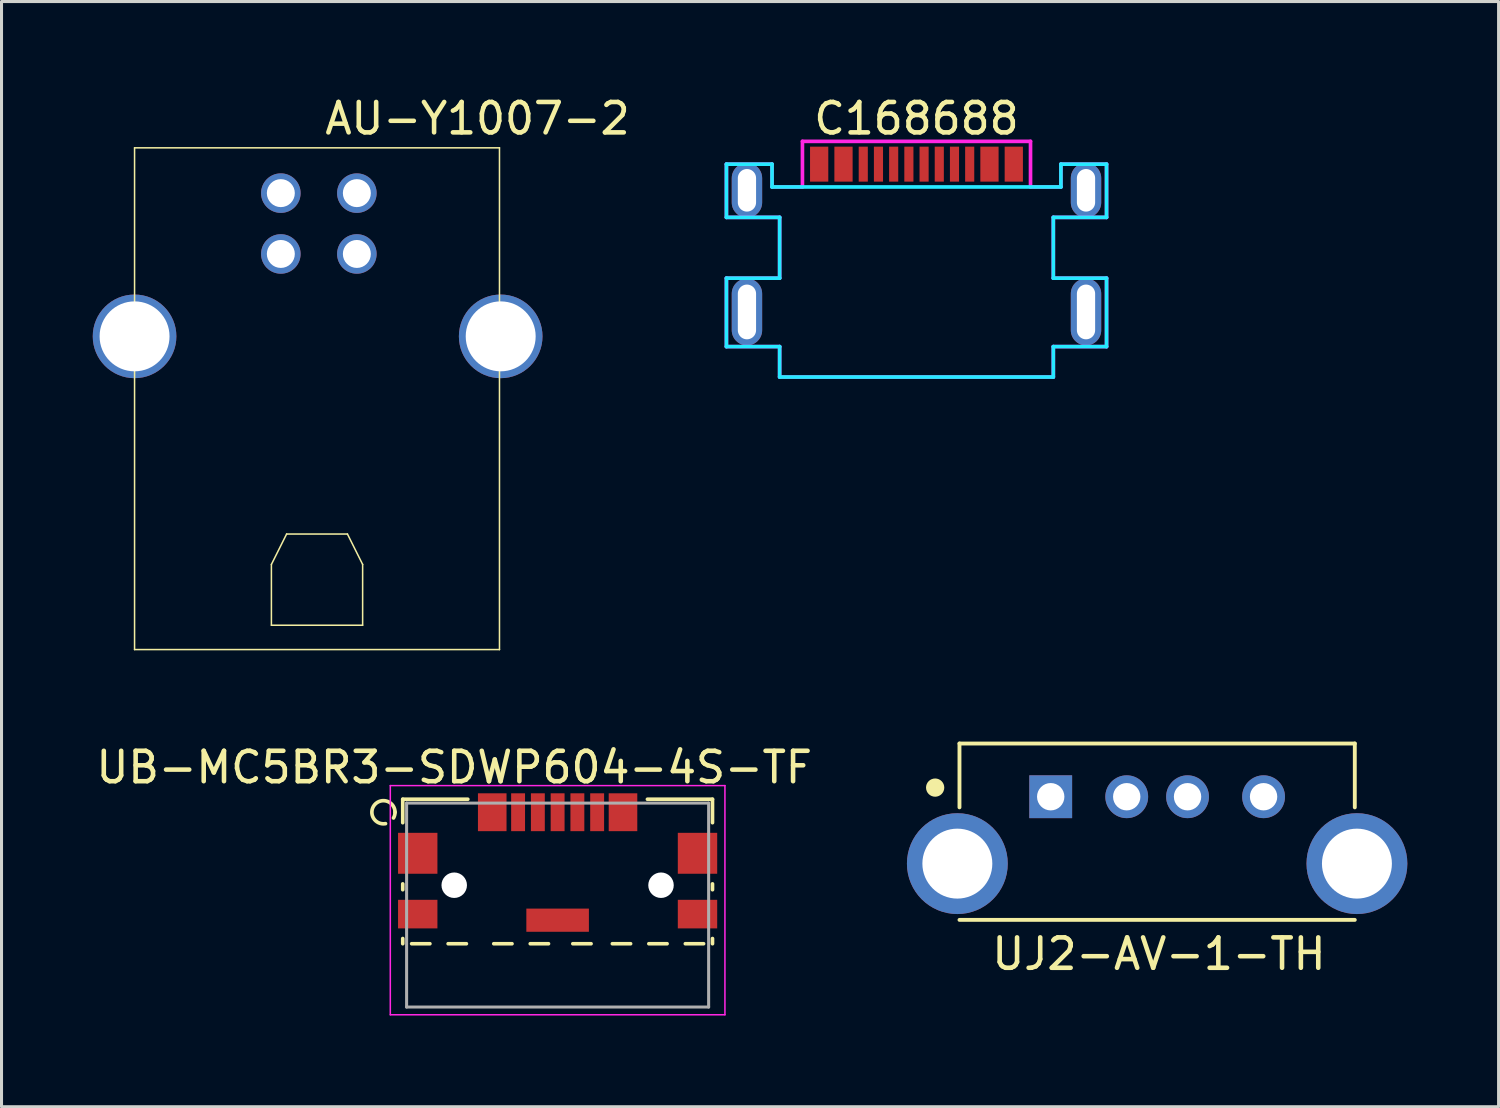
<source format=kicad_pcb>
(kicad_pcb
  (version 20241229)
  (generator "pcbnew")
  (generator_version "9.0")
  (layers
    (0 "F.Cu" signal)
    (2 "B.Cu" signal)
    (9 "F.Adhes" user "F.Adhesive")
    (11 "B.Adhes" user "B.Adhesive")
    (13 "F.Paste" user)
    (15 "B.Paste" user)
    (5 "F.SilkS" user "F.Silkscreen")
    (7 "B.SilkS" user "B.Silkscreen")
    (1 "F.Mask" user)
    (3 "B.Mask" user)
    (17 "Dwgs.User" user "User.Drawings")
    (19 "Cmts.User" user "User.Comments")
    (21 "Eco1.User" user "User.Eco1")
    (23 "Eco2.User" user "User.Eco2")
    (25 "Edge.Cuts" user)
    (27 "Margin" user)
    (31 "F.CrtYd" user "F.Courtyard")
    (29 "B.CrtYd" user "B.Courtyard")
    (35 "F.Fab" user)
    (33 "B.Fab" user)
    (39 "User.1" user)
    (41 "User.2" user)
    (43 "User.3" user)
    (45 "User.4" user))
  (footprint "AU-Y1007-2"
    (layer "F.Cu")
    (at 1.375 8.011)
    (property "Reference" "AU-Y1007-2" (at 11.278 -7.163 0) (layer "F.SilkS") (effects (font (size 1 1) (thickness 0.15))))
    (attr through_hole)
    (fp_line (start 0 -6.2) (end 12 -6.2) (stroke (width 0.05) (type solid)) (layer "F.SilkS"))
    (fp_line (start 0 10.3) (end 0 -6.2) (stroke (width 0.05) (type solid)) (layer "F.SilkS"))
    (fp_line (start 0 10.3) (end 12 10.3) (stroke (width 0.05) (type solid)) (layer "F.SilkS"))
    (fp_line (start 4.5 7.5) (end 4.5 9.5) (stroke (width 0.05) (type solid)) (layer "F.SilkS"))
    (fp_line (start 4.5 9.5) (end 7.5 9.5) (stroke (width 0.05) (type solid)) (layer "F.SilkS"))
    (fp_line (start 5 6.5) (end 4.5 7.5) (stroke (width 0.05) (type solid)) (layer "F.SilkS"))
    (fp_line (start 7 6.5) (end 5 6.5) (stroke (width 0.05) (type solid)) (layer "F.SilkS"))
    (fp_line (start 7.5 7.5) (end 7 6.5) (stroke (width 0.05) (type solid)) (layer "F.SilkS"))
    (fp_line (start 7.5 9.5) (end 7.5 7.5) (stroke (width 0.05) (type solid)) (layer "F.SilkS"))
    (fp_line (start 12 10.3) (end 12 -6.2) (stroke (width 0.05) (type solid)) (layer "F.SilkS"))
    (pad "1" thru_hole circle (at 7.31 -4.71) (size 1.3 1.3) (drill 0.92) (layers "*.Cu" "*.Mask"))
    (pad "2" thru_hole circle (at 4.81 -4.71) (size 1.3 1.3) (drill 0.92) (layers "*.Cu" "*.Mask"))
    (pad "3" thru_hole circle (at 4.81 -2.71) (size 1.3 1.3) (drill 0.92) (layers "*.Cu" "*.Mask"))
    (pad "4" thru_hole circle (at 7.31 -2.71) (size 1.3 1.3) (drill 0.92) (layers "*.Cu" "*.Mask"))
    (pad "5" thru_hole circle (at 0 0) (size 2.75 2.75) (drill 2.3) (layers "*.Cu" "*.Mask"))
    (pad "5" thru_hole circle (at 12.04 0) (size 2.75 2.75) (drill 2.3) (layers "*.Cu" "*.Mask")))
  (footprint "UB-MC5BR3-SDWP604-4S-TF"
    (layer "F.Cu")
    (at 15.287 26.984)
    (property "Reference" "UB-MC5BR3-SDWP604-4S-TF" (at -3.4 -4.8 0) (layer "F.SilkS") (effects (font (size 1 1) (thickness 0.15))))
    (attr through_hole)
    (fp_line (start -5.093 -3.751) (end -5.093 -2.98) (stroke (width 0.12) (type solid)) (layer "F.SilkS"))
    (fp_line (start -5.093 -0.968) (end -5.093 -0.776) (stroke (width 0.12) (type solid)) (layer "F.SilkS"))
    (fp_line (start -5.093 0.829) (end -5.093 1) (stroke (width 0.12) (type solid)) (layer "F.SilkS"))
    (fp_line (start -4.8 1) (end -4.2 1) (stroke (width 0.12) (type solid)) (layer "F.SilkS"))
    (fp_line (start -3.6 1) (end -3 1) (stroke (width 0.12) (type solid)) (layer "F.SilkS"))
    (fp_line (start -2.953 -3.751) (end -5.093 -3.751) (stroke (width 0.12) (type solid)) (layer "F.SilkS"))
    (fp_line (start -2.1 1) (end -1.5 1) (stroke (width 0.12) (type solid)) (layer "F.SilkS"))
    (fp_line (start -0.9 1) (end -0.3 1) (stroke (width 0.12) (type solid)) (layer "F.SilkS"))
    (fp_line (start 0.5 1) (end 1.1 1) (stroke (width 0.12) (type solid)) (layer "F.SilkS"))
    (fp_line (start 1.8 1) (end 2.4 1) (stroke (width 0.12) (type solid)) (layer "F.SilkS"))
    (fp_line (start 3 1) (end 3.6 1) (stroke (width 0.12) (type solid)) (layer "F.SilkS"))
    (fp_line (start 4.2 1) (end 4.8 1) (stroke (width 0.12) (type solid)) (layer "F.SilkS"))
    (fp_line (start 5.093 -3.751) (end 2.953 -3.751) (stroke (width 0.12) (type solid)) (layer "F.SilkS"))
    (fp_line (start 5.093 -2.98) (end 5.093 -3.751) (stroke (width 0.12) (type solid)) (layer "F.SilkS"))
    (fp_line (start 5.093 -0.776) (end 5.093 -0.968) (stroke (width 0.12) (type solid)) (layer "F.SilkS"))
    (fp_line (start 5.093 1) (end 5.093 0.829) (stroke (width 0.12) (type solid)) (layer "F.SilkS"))
    (fp_arc (start -5.65926 -2.948897) (mid -6.020306 -3.567714) (end -5.3467 -3.3237) (stroke (width 0.12) (type solid)) (layer "F.SilkS"))
    (fp_arc (start -5.3467 -3.3237) (mid -5.359397 -3.22616) (end -5.396643 -3.135121) (stroke (width 0.12) (type solid)) (layer "F.SilkS"))
    (fp_line (start -5.502 -4.2) (end -5.502 3.336) (stroke (width 0.05) (type solid)) (layer "F.CrtYd"))
    (fp_line (start -5.502 3.336) (end 5.502 3.336) (stroke (width 0.05) (type solid)) (layer "F.CrtYd"))
    (fp_line (start 5.502 -4.2) (end -5.502 -4.2) (stroke (width 0.05) (type solid)) (layer "F.CrtYd"))
    (fp_line (start 5.502 3.336) (end 5.502 -4.2) (stroke (width 0.05) (type solid)) (layer "F.CrtYd"))
    (fp_line (start -4.966 -3.624) (end -4.966 3.082) (stroke (width 0.1) (type solid)) (layer "F.Fab"))
    (fp_line (start -4.966 3.082) (end 4.966 3.082) (stroke (width 0.1) (type solid)) (layer "F.Fab"))
    (fp_line (start 4.966 -3.624) (end -4.966 -3.624) (stroke (width 0.1) (type solid)) (layer "F.Fab"))
    (fp_line (start 4.966 3.082) (end 4.966 -3.624) (stroke (width 0.1) (type solid)) (layer "F.Fab"))
    (pad "" np_thru_hole circle (at -3.4 -0.924) (size 0.838 0.838) (drill 0.838) (layers "*.Cu" "*.Mask"))
    (pad "" np_thru_hole circle (at 3.4 -0.924) (size 0.838 0.838) (drill 0.838) (layers "*.Cu" "*.Mask"))
    (pad "1" smd rect (at -1.3 -3.324) (size 0.457 1.245) (layers "F.Cu" "F.Mask" "F.Paste"))
    (pad "2" smd rect (at -0.65 -3.324) (size 0.457 1.245) (layers "F.Cu" "F.Mask" "F.Paste"))
    (pad "3" smd rect (at 0 -3.324) (size 0.457 1.245) (layers "F.Cu" "F.Mask" "F.Paste"))
    (pad "4" smd rect (at 0.65 -3.324) (size 0.457 1.245) (layers "F.Cu" "F.Mask" "F.Paste"))
    (pad "5" smd rect (at 1.3 -3.324) (size 0.457 1.245) (layers "F.Cu" "F.Mask" "F.Paste"))
    (pad "6" smd rect (at -4.6 -1.974) (size 1.295 1.346) (layers "F.Cu" "F.Mask" "F.Paste"))
    (pad "6" smd rect (at -4.6 0.026) (size 1.295 0.94) (layers "F.Cu" "F.Mask" "F.Paste"))
    (pad "6" smd rect (at -2.15 -3.324) (size 0.94 1.245) (layers "F.Cu" "F.Mask" "F.Paste"))
    (pad "6" smd rect (at 0 0.226) (size 2.057 0.762) (layers "F.Cu" "F.Mask" "F.Paste"))
    (pad "6" smd rect (at 2.15 -3.324) (size 0.94 1.245) (layers "F.Cu" "F.Mask" "F.Paste"))
    (pad "6" smd rect (at 4.6 -1.974) (size 1.295 1.346) (layers "F.Cu" "F.Mask" "F.Paste"))
    (pad "6" smd rect (at 4.6 0.026) (size 1.295 0.94) (layers "F.Cu" "F.Mask" "F.Paste")))
  (footprint "C168688"
    (layer "F.Cu")
    (at 27.088 2.348)
    (property "Reference" "C168688" (at 0 -1.5 0) (layer "F.SilkS") (effects (font (size 1 1) (thickness 0.15))))
    (attr through_hole)
    (fp_line (start -4.47 6.96) (end 4.47 6.96) (stroke (width 0.12) (type solid)) (layer "Eco1.User"))
    (fp_line (start -4.47 1) (end 4.47 1) (stroke (width 0.12) (type solid)) (layer "Eco2.User"))
    (fp_line (start -4.47 6.96) (end -4.47 1) (stroke (width 0.12) (type solid)) (layer "Eco2.User"))
    (fp_line (start -4.47 6.96) (end 4.47 6.96) (stroke (width 0.12) (type solid)) (layer "Eco2.User"))
    (fp_line (start 4.47 6.96) (end 4.47 1) (stroke (width 0.12) (type solid)) (layer "Eco2.User"))
    (fp_line (start -6.25 0) (end -6.25 1.75) (stroke (width 0.12) (type solid)) (layer "B.CrtYd"))
    (fp_line (start -6.25 1.75) (end -4.5 1.75) (stroke (width 0.12) (type solid)) (layer "B.CrtYd"))
    (fp_line (start -6.25 3.75) (end -6.25 6) (stroke (width 0.12) (type solid)) (layer "B.CrtYd"))
    (fp_line (start -6.25 6) (end -4.5 6) (stroke (width 0.12) (type solid)) (layer "B.CrtYd"))
    (fp_line (start -4.75 0) (end -6.25 0) (stroke (width 0.12) (type solid)) (layer "B.CrtYd"))
    (fp_line (start -4.75 0.75) (end -4.75 0) (stroke (width 0.12) (type solid)) (layer "B.CrtYd"))
    (fp_line (start -4.5 1.75) (end -4.5 3.75) (stroke (width 0.12) (type solid)) (layer "B.CrtYd"))
    (fp_line (start -4.5 3.75) (end -6.25 3.75) (stroke (width 0.12) (type solid)) (layer "B.CrtYd"))
    (fp_line (start -4.5 6) (end -4.5 7) (stroke (width 0.12) (type solid)) (layer "B.CrtYd"))
    (fp_line (start -4.5 7) (end 4.5 7) (stroke (width 0.12) (type solid)) (layer "B.CrtYd"))
    (fp_line (start 4.5 1.75) (end 6.25 1.75) (stroke (width 0.12) (type solid)) (layer "B.CrtYd"))
    (fp_line (start 4.5 3.75) (end 4.5 1.75) (stroke (width 0.12) (type solid)) (layer "B.CrtYd"))
    (fp_line (start 4.5 6) (end 6.25 6) (stroke (width 0.12) (type solid)) (layer "B.CrtYd"))
    (fp_line (start 4.5 7) (end 4.5 6) (stroke (width 0.12) (type solid)) (layer "B.CrtYd"))
    (fp_line (start 4.75 0) (end 4.75 0.75) (stroke (width 0.12) (type solid)) (layer "B.CrtYd"))
    (fp_line (start 4.75 0.75) (end -4.75 0.75) (stroke (width 0.12) (type solid)) (layer "B.CrtYd"))
    (fp_line (start 6.25 0) (end 4.75 0) (stroke (width 0.12) (type solid)) (layer "B.CrtYd"))
    (fp_line (start 6.25 1.75) (end 6.25 0) (stroke (width 0.12) (type solid)) (layer "B.CrtYd"))
    (fp_line (start 6.25 3.75) (end 4.5 3.75) (stroke (width 0.12) (type solid)) (layer "B.CrtYd"))
    (fp_line (start 6.25 6) (end 6.25 3.75) (stroke (width 0.12) (type solid)) (layer "B.CrtYd"))
    (fp_line (start -6.25 0) (end -4.75 0) (stroke (width 0.12) (type solid)) (layer "F.CrtYd"))
    (fp_line (start -6.25 1.75) (end -6.25 0) (stroke (width 0.12) (type solid)) (layer "F.CrtYd"))
    (fp_line (start -6.25 3.75) (end -4.5 3.75) (stroke (width 0.12) (type solid)) (layer "F.CrtYd"))
    (fp_line (start -6.25 6) (end -6.25 3.75) (stroke (width 0.12) (type solid)) (layer "F.CrtYd"))
    (fp_line (start -4.75 0) (end -4.75 0.75) (stroke (width 0.12) (type solid)) (layer "F.CrtYd"))
    (fp_line (start -4.75 0.75) (end -3.75 0.75) (stroke (width 0.12) (type solid)) (layer "F.CrtYd"))
    (fp_line (start -4.5 1.75) (end -6.25 1.75) (stroke (width 0.12) (type solid)) (layer "F.CrtYd"))
    (fp_line (start -4.5 3.75) (end -4.5 1.75) (stroke (width 0.12) (type solid)) (layer "F.CrtYd"))
    (fp_line (start -4.5 6) (end -6.25 6) (stroke (width 0.12) (type solid)) (layer "F.CrtYd"))
    (fp_line (start -4.5 7) (end -4.5 6) (stroke (width 0.12) (type solid)) (layer "F.CrtYd"))
    (fp_line (start -3.75 -0.75) (end 3.75 -0.75) (stroke (width 0.12) (type solid)) (layer "F.CrtYd"))
    (fp_line (start -3.75 0.75) (end -3.75 -0.75) (stroke (width 0.12) (type solid)) (layer "F.CrtYd"))
    (fp_line (start 3.75 -0.75) (end 3.75 0.75) (stroke (width 0.12) (type solid)) (layer "F.CrtYd"))
    (fp_line (start 3.75 0.75) (end 4.75 0.75) (stroke (width 0.12) (type solid)) (layer "F.CrtYd"))
    (fp_line (start 4.5 1.75) (end 4.5 3.75) (stroke (width 0.12) (type solid)) (layer "F.CrtYd"))
    (fp_line (start 4.5 3.75) (end 6.25 3.75) (stroke (width 0.12) (type solid)) (layer "F.CrtYd"))
    (fp_line (start 4.5 6) (end 4.5 7) (stroke (width 0.12) (type solid)) (layer "F.CrtYd"))
    (fp_line (start 4.5 7) (end -4.5 7) (stroke (width 0.12) (type solid)) (layer "F.CrtYd"))
    (fp_line (start 4.75 0) (end 6.25 0) (stroke (width 0.12) (type solid)) (layer "F.CrtYd"))
    (fp_line (start 4.75 0.75) (end 4.75 0) (stroke (width 0.12) (type solid)) (layer "F.CrtYd"))
    (fp_line (start 6.25 0) (end 6.25 1.75) (stroke (width 0.12) (type solid)) (layer "F.CrtYd"))
    (fp_line (start 6.25 1.75) (end 4.5 1.75) (stroke (width 0.12) (type solid)) (layer "F.CrtYd"))
    (fp_line (start 6.25 3.75) (end 6.25 6) (stroke (width 0.12) (type solid)) (layer "F.CrtYd"))
    (fp_line (start 6.25 6) (end 4.5 6) (stroke (width 0.12) (type solid)) (layer "F.CrtYd"))
    (fp_text user "Board Edge" (at 0 6 0) (layer "Eco1.User") (effects (font (size 1 1) (thickness 0.15))))
    (fp_text user "Board Cutout" (at 0 4 0) (layer "Eco2.User") (effects (font (size 0.7 0.7) (thickness 0.15))))
    (pad "A1" smd rect (at -3.2 0) (size 0.6 1.15) (layers "F.Cu" "F.Mask" "F.Paste"))
    (pad "A4" smd rect (at -2.4 0) (size 0.6 1.15) (layers "F.Cu" "F.Mask" "F.Paste"))
    (pad "A5" smd rect (at -1.25 0) (size 0.3 1.15) (layers "F.Cu" "F.Mask" "F.Paste"))
    (pad "A6" smd rect (at -0.25 0) (size 0.3 1.15) (layers "F.Cu" "F.Mask" "F.Paste"))
    (pad "A7" smd rect (at 0.25 0 180) (size 0.3 1.15) (layers "F.Cu" "F.Mask" "F.Paste"))
    (pad "A8" smd rect (at 1.25 0 180) (size 0.3 1.15) (layers "F.Cu" "F.Mask" "F.Paste"))
    (pad "B1" smd rect (at 3.2 0 180) (size 0.6 1.15) (layers "F.Cu" "F.Mask" "F.Paste"))
    (pad "B4" smd rect (at 2.4 0 180) (size 0.6 1.15) (layers "F.Cu" "F.Mask" "F.Paste"))
    (pad "B5" smd rect (at 1.75 0 180) (size 0.3 1.15) (layers "F.Cu" "F.Mask" "F.Paste"))
    (pad "B6" smd rect (at 0.75 0 180) (size 0.3 1.15) (layers "F.Cu" "F.Mask" "F.Paste"))
    (pad "B7" smd rect (at -0.75 0) (size 0.3 1.15) (layers "F.Cu" "F.Mask" "F.Paste"))
    (pad "B8" smd rect (at -1.75 0) (size 0.3 1.15) (layers "F.Cu" "F.Mask" "F.Paste"))
    (pad "~" thru_hole oval (at -5.575 0.86) (size 1 1.8) (drill oval 0.6 1.4) (layers "*.Cu" "*.Mask"))
    (pad "~" thru_hole oval (at -5.575 4.86) (size 1 2.2) (drill oval 0.6 1.8) (layers "*.Cu" "*.Mask"))
    (pad "~" thru_hole oval (at 5.575 0.86) (size 1 1.8) (drill oval 0.6 1.4) (layers "*.Cu" "*.Mask"))
    (pad "~" thru_hole oval (at 5.575 4.86) (size 1 2.2) (drill oval 0.6 1.8) (layers "*.Cu" "*.Mask")))
  (footprint "UJ2-AV-1-TH"
    (layer "F.Cu")
    (at 35.042 24.32)
    (property "Reference" "UJ2-AV-1-TH" (at 0.02 4 0) (layer "F.SilkS") (effects (font (size 1 1) (thickness 0.15))))
    (attr through_hole)
    (fp_line (start -6.54 -2.92) (end -6.54 -0.82) (stroke (width 0.127) (type solid)) (layer "F.SilkS"))
    (fp_line (start -6.54 2.88) (end 6.46 2.88) (stroke (width 0.127) (type solid)) (layer "F.SilkS"))
    (fp_line (start 6.46 -2.92) (end -6.54 -2.92) (stroke (width 0.127) (type solid)) (layer "F.SilkS"))
    (fp_line (start 6.46 -2.92) (end 6.46 -0.82) (stroke (width 0.127) (type solid)) (layer "F.SilkS"))
    (fp_circle (center -7.34 -1.47) (end -7.19 -1.47) (stroke (width 0.3) (type solid)) (fill no) (layer "F.SilkS"))
    (pad "1" thru_hole rect (at -3.54 -1.17) (size 1.408 1.408) (drill 0.9) (layers "*.Cu" "*.Mask"))
    (pad "2" thru_hole circle (at -1.04 -1.17) (size 1.408 1.408) (drill 0.9) (layers "*.Cu" "*.Mask"))
    (pad "3" thru_hole circle (at 0.96 -1.17) (size 1.408 1.408) (drill 0.9) (layers "*.Cu" "*.Mask"))
    (pad "4" thru_hole circle (at 3.46 -1.17) (size 1.408 1.408) (drill 0.9) (layers "*.Cu" "*.Mask"))
    (pad "5" thru_hole circle (at -6.61 1.03) (size 3.316 3.316) (drill 2.3) (layers "*.Cu" "*.Mask"))
    (pad "5" thru_hole circle (at 6.53 1.03) (size 3.316 3.316) (drill 2.3) (layers "*.Cu" "*.Mask")))
  (gr_rect
    (start -3 -3)
    (end 46.23 33.345)
    (stroke (width 0.1) (type default))
    (fill no)
    (layer "Edge.Cuts")))
</source>
